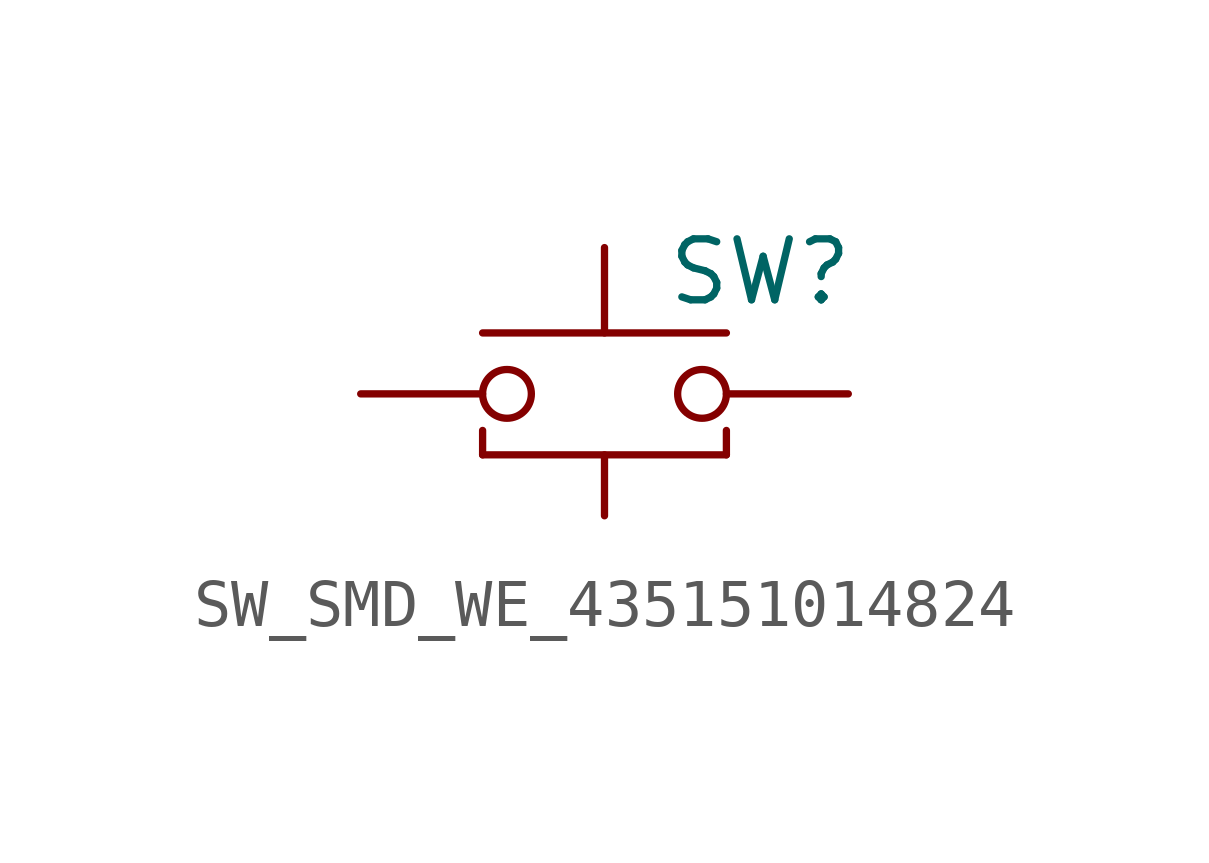
<source format=kicad_sym>
(kicad_symbol_lib
  (version 20220914)
  (generator kicad_symbol_editor)
  (symbol "SW_SMD_WE_435151014824"
    (pin_numbers hide)
    (pin_names
      (offset 1.016) hide)
    (property "Reference" "SW"
      (at 1.27 2.54 0)
      (effects (font (size 1.27 1.27)) (justify left)))
    (symbol "SW_SMD_WE_435151014824_0_1"
      (circle (center -2.032 0) (radius 0.508) (stroke (width 0) (type default)) (fill (type none)))
      (polyline (pts (xy -2.54 -1.27) (xy -2.54 -0.762)) (stroke (width 0) (type default)) (fill (type none)))
      (polyline (pts (xy -2.54 -1.27) (xy 2.54 -1.27)) (stroke (width 0) (type default)) (fill (type none)))
      (polyline (pts (xy 0 1.27) (xy 0 3.048)) (stroke (width 0) (type default)) (fill (type none)))
      (polyline (pts (xy 2.54 -1.27) (xy 2.54 -0.762)) (stroke (width 0) (type default)) (fill (type none)))
      (polyline (pts (xy 2.54 1.27) (xy -2.54 1.27)) (stroke (width 0) (type default)) (fill (type none)))
      (circle (center 2.032 0) (radius 0.508) (stroke (width 0) (type default)) (fill (type none)))
      (pin passive line (at -5.08 0 0) (length 2.54) (name "1" (effects (font (size 1.27 1.27)))) (number "1" (effects (font (size 1.27 1.27)))))
      (pin passive line (at 5.08 0 180) (length 2.54) (name "2" (effects (font (size 1.27 1.27)))) (number "2" (effects (font (size 1.27 1.27)))))
      (pin passive line (at 0 -2.54 90) (length 1.27) (name "3" (effects (font (size 1.27 1.27)))) (number "3" (effects (font (size 1.27 1.27))))))))
</source>
